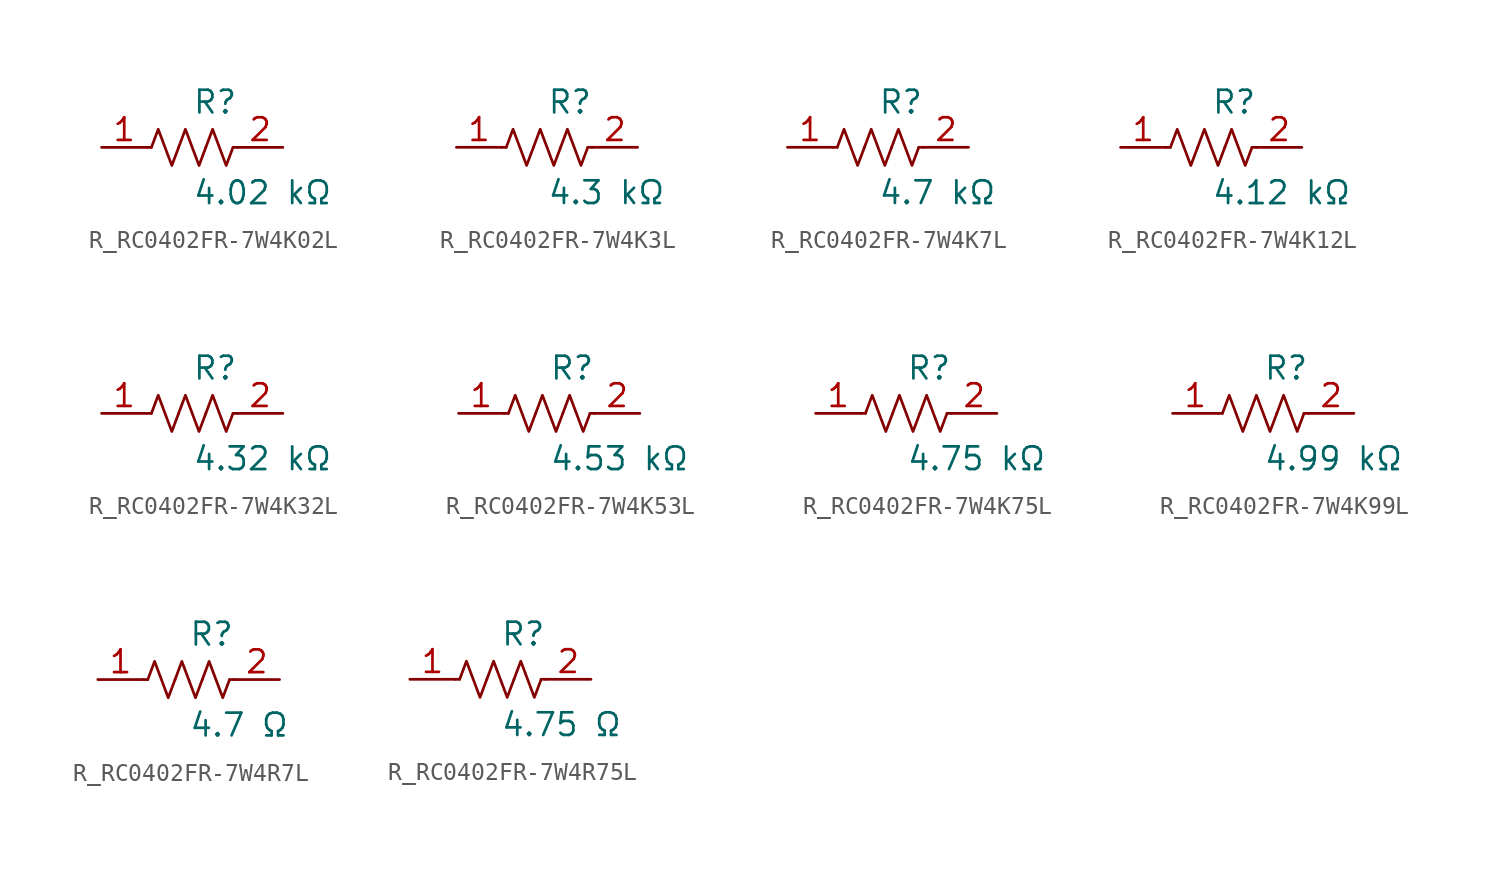
<source format=kicad_sym>
(kicad_symbol_lib
  (version 20231120)
  (generator kicad_symbol_editor)
  (generator_version 8.0)
  (symbol "R_RC0402FR-7W4K02L"
    (pin_names
      (offset 0.254))
    (property "Reference" "R"
      (at 0 2.54 0)
      (effects (font (size 1.27 1.27)) (justify left)))
    (property "Value" "4.02 kΩ"
      (at 0 -2.54 0)
      (effects (font (size 1.27 1.27)) (justify left)))
    (symbol "R_RC0402FR-7W4K02L_0_1"
      (polyline (pts (xy 2.286 0) (xy 2.54 0)) (stroke (width 0) (type default)) (fill (type none)))
      (polyline (pts (xy -2.286 0) (xy -2.54 0)) (stroke (width 0) (type default)) (fill (type none)))
      (polyline (pts (xy 0.762 0) (xy 1.143 1.016) (xy 1.524 0) (xy 1.905 -1.016) (xy 2.286 0)) (stroke (width 0) (type default)) (fill (type none)))
      (polyline (pts (xy -0.762 0) (xy -0.381 1.016) (xy 0 0) (xy 0.381 -1.016) (xy 0.762 0)) (stroke (width 0) (type default)) (fill (type none)))
      (polyline (pts (xy -2.286 0) (xy -1.905 1.016) (xy -1.524 0) (xy -1.143 -1.016) (xy -0.762 0)) (stroke (width 0) (type default)) (fill (type none))))
    (pin passive line
      (at -5.08 0 0)
      (length 2.54)
      (name "" (effects (font (size 1.27 1.27))))
      (number "1" (effects (font (size 1.27 1.27)))))
    (pin passive line
      (at 5.08 0 180)
      (length 2.54)
      (name "" (effects (font (size 1.27 1.27))))
      (number "2" (effects (font (size 1.27 1.27))))))
  (symbol "R_RC0402FR-7W4K3L"
    (pin_names
      (offset 0.254))
    (property "Reference" "R"
      (at 0 2.54 0)
      (effects (font (size 1.27 1.27)) (justify left)))
    (property "Value" "4.3 kΩ"
      (at 0 -2.54 0)
      (effects (font (size 1.27 1.27)) (justify left)))
    (symbol "R_RC0402FR-7W4K3L_0_1"
      (polyline (pts (xy 2.286 0) (xy 2.54 0)) (stroke (width 0) (type default)) (fill (type none)))
      (polyline (pts (xy -2.286 0) (xy -2.54 0)) (stroke (width 0) (type default)) (fill (type none)))
      (polyline (pts (xy 0.762 0) (xy 1.143 1.016) (xy 1.524 0) (xy 1.905 -1.016) (xy 2.286 0)) (stroke (width 0) (type default)) (fill (type none)))
      (polyline (pts (xy -0.762 0) (xy -0.381 1.016) (xy 0 0) (xy 0.381 -1.016) (xy 0.762 0)) (stroke (width 0) (type default)) (fill (type none)))
      (polyline (pts (xy -2.286 0) (xy -1.905 1.016) (xy -1.524 0) (xy -1.143 -1.016) (xy -0.762 0)) (stroke (width 0) (type default)) (fill (type none))))
    (pin passive line
      (at -5.08 0 0)
      (length 2.54)
      (name "" (effects (font (size 1.27 1.27))))
      (number "1" (effects (font (size 1.27 1.27)))))
    (pin passive line
      (at 5.08 0 180)
      (length 2.54)
      (name "" (effects (font (size 1.27 1.27))))
      (number "2" (effects (font (size 1.27 1.27))))))
  (symbol "R_RC0402FR-7W4K7L"
    (pin_names
      (offset 0.254))
    (property "Reference" "R"
      (at 0 2.54 0)
      (effects (font (size 1.27 1.27)) (justify left)))
    (property "Value" "4.7 kΩ"
      (at 0 -2.54 0)
      (effects (font (size 1.27 1.27)) (justify left)))
    (symbol "R_RC0402FR-7W4K7L_0_1"
      (polyline (pts (xy 2.286 0) (xy 2.54 0)) (stroke (width 0) (type default)) (fill (type none)))
      (polyline (pts (xy -2.286 0) (xy -2.54 0)) (stroke (width 0) (type default)) (fill (type none)))
      (polyline (pts (xy 0.762 0) (xy 1.143 1.016) (xy 1.524 0) (xy 1.905 -1.016) (xy 2.286 0)) (stroke (width 0) (type default)) (fill (type none)))
      (polyline (pts (xy -0.762 0) (xy -0.381 1.016) (xy 0 0) (xy 0.381 -1.016) (xy 0.762 0)) (stroke (width 0) (type default)) (fill (type none)))
      (polyline (pts (xy -2.286 0) (xy -1.905 1.016) (xy -1.524 0) (xy -1.143 -1.016) (xy -0.762 0)) (stroke (width 0) (type default)) (fill (type none))))
    (pin passive line
      (at -5.08 0 0)
      (length 2.54)
      (name "" (effects (font (size 1.27 1.27))))
      (number "1" (effects (font (size 1.27 1.27)))))
    (pin passive line
      (at 5.08 0 180)
      (length 2.54)
      (name "" (effects (font (size 1.27 1.27))))
      (number "2" (effects (font (size 1.27 1.27))))))
  (symbol "R_RC0402FR-7W4K12L"
    (pin_names
      (offset 0.254))
    (property "Reference" "R"
      (at 0 2.54 0)
      (effects (font (size 1.27 1.27)) (justify left)))
    (property "Value" "4.12 kΩ"
      (at 0 -2.54 0)
      (effects (font (size 1.27 1.27)) (justify left)))
    (symbol "R_RC0402FR-7W4K12L_0_1"
      (polyline (pts (xy 2.286 0) (xy 2.54 0)) (stroke (width 0) (type default)) (fill (type none)))
      (polyline (pts (xy -2.286 0) (xy -2.54 0)) (stroke (width 0) (type default)) (fill (type none)))
      (polyline (pts (xy 0.762 0) (xy 1.143 1.016) (xy 1.524 0) (xy 1.905 -1.016) (xy 2.286 0)) (stroke (width 0) (type default)) (fill (type none)))
      (polyline (pts (xy -0.762 0) (xy -0.381 1.016) (xy 0 0) (xy 0.381 -1.016) (xy 0.762 0)) (stroke (width 0) (type default)) (fill (type none)))
      (polyline (pts (xy -2.286 0) (xy -1.905 1.016) (xy -1.524 0) (xy -1.143 -1.016) (xy -0.762 0)) (stroke (width 0) (type default)) (fill (type none))))
    (pin passive line
      (at -5.08 0 0)
      (length 2.54)
      (name "" (effects (font (size 1.27 1.27))))
      (number "1" (effects (font (size 1.27 1.27)))))
    (pin passive line
      (at 5.08 0 180)
      (length 2.54)
      (name "" (effects (font (size 1.27 1.27))))
      (number "2" (effects (font (size 1.27 1.27))))))
  (symbol "R_RC0402FR-7W4K32L"
    (pin_names
      (offset 0.254))
    (property "Reference" "R"
      (at 0 2.54 0)
      (effects (font (size 1.27 1.27)) (justify left)))
    (property "Value" "4.32 kΩ"
      (at 0 -2.54 0)
      (effects (font (size 1.27 1.27)) (justify left)))
    (symbol "R_RC0402FR-7W4K32L_0_1"
      (polyline (pts (xy 2.286 0) (xy 2.54 0)) (stroke (width 0) (type default)) (fill (type none)))
      (polyline (pts (xy -2.286 0) (xy -2.54 0)) (stroke (width 0) (type default)) (fill (type none)))
      (polyline (pts (xy 0.762 0) (xy 1.143 1.016) (xy 1.524 0) (xy 1.905 -1.016) (xy 2.286 0)) (stroke (width 0) (type default)) (fill (type none)))
      (polyline (pts (xy -0.762 0) (xy -0.381 1.016) (xy 0 0) (xy 0.381 -1.016) (xy 0.762 0)) (stroke (width 0) (type default)) (fill (type none)))
      (polyline (pts (xy -2.286 0) (xy -1.905 1.016) (xy -1.524 0) (xy -1.143 -1.016) (xy -0.762 0)) (stroke (width 0) (type default)) (fill (type none))))
    (pin passive line
      (at -5.08 0 0)
      (length 2.54)
      (name "" (effects (font (size 1.27 1.27))))
      (number "1" (effects (font (size 1.27 1.27)))))
    (pin passive line
      (at 5.08 0 180)
      (length 2.54)
      (name "" (effects (font (size 1.27 1.27))))
      (number "2" (effects (font (size 1.27 1.27))))))
  (symbol "R_RC0402FR-7W4K53L"
    (pin_names
      (offset 0.254))
    (property "Reference" "R"
      (at 0 2.54 0)
      (effects (font (size 1.27 1.27)) (justify left)))
    (property "Value" "4.53 kΩ"
      (at 0 -2.54 0)
      (effects (font (size 1.27 1.27)) (justify left)))
    (symbol "R_RC0402FR-7W4K53L_0_1"
      (polyline (pts (xy 2.286 0) (xy 2.54 0)) (stroke (width 0) (type default)) (fill (type none)))
      (polyline (pts (xy -2.286 0) (xy -2.54 0)) (stroke (width 0) (type default)) (fill (type none)))
      (polyline (pts (xy 0.762 0) (xy 1.143 1.016) (xy 1.524 0) (xy 1.905 -1.016) (xy 2.286 0)) (stroke (width 0) (type default)) (fill (type none)))
      (polyline (pts (xy -0.762 0) (xy -0.381 1.016) (xy 0 0) (xy 0.381 -1.016) (xy 0.762 0)) (stroke (width 0) (type default)) (fill (type none)))
      (polyline (pts (xy -2.286 0) (xy -1.905 1.016) (xy -1.524 0) (xy -1.143 -1.016) (xy -0.762 0)) (stroke (width 0) (type default)) (fill (type none))))
    (pin passive line
      (at -5.08 0 0)
      (length 2.54)
      (name "" (effects (font (size 1.27 1.27))))
      (number "1" (effects (font (size 1.27 1.27)))))
    (pin passive line
      (at 5.08 0 180)
      (length 2.54)
      (name "" (effects (font (size 1.27 1.27))))
      (number "2" (effects (font (size 1.27 1.27))))))
  (symbol "R_RC0402FR-7W4K75L"
    (pin_names
      (offset 0.254))
    (property "Reference" "R"
      (at 0 2.54 0)
      (effects (font (size 1.27 1.27)) (justify left)))
    (property "Value" "4.75 kΩ"
      (at 0 -2.54 0)
      (effects (font (size 1.27 1.27)) (justify left)))
    (symbol "R_RC0402FR-7W4K75L_0_1"
      (polyline (pts (xy 2.286 0) (xy 2.54 0)) (stroke (width 0) (type default)) (fill (type none)))
      (polyline (pts (xy -2.286 0) (xy -2.54 0)) (stroke (width 0) (type default)) (fill (type none)))
      (polyline (pts (xy 0.762 0) (xy 1.143 1.016) (xy 1.524 0) (xy 1.905 -1.016) (xy 2.286 0)) (stroke (width 0) (type default)) (fill (type none)))
      (polyline (pts (xy -0.762 0) (xy -0.381 1.016) (xy 0 0) (xy 0.381 -1.016) (xy 0.762 0)) (stroke (width 0) (type default)) (fill (type none)))
      (polyline (pts (xy -2.286 0) (xy -1.905 1.016) (xy -1.524 0) (xy -1.143 -1.016) (xy -0.762 0)) (stroke (width 0) (type default)) (fill (type none))))
    (pin passive line
      (at -5.08 0 0)
      (length 2.54)
      (name "" (effects (font (size 1.27 1.27))))
      (number "1" (effects (font (size 1.27 1.27)))))
    (pin passive line
      (at 5.08 0 180)
      (length 2.54)
      (name "" (effects (font (size 1.27 1.27))))
      (number "2" (effects (font (size 1.27 1.27))))))
  (symbol "R_RC0402FR-7W4K99L"
    (pin_names
      (offset 0.254))
    (property "Reference" "R"
      (at 0 2.54 0)
      (effects (font (size 1.27 1.27)) (justify left)))
    (property "Value" "4.99 kΩ"
      (at 0 -2.54 0)
      (effects (font (size 1.27 1.27)) (justify left)))
    (symbol "R_RC0402FR-7W4K99L_0_1"
      (polyline (pts (xy 2.286 0) (xy 2.54 0)) (stroke (width 0) (type default)) (fill (type none)))
      (polyline (pts (xy -2.286 0) (xy -2.54 0)) (stroke (width 0) (type default)) (fill (type none)))
      (polyline (pts (xy 0.762 0) (xy 1.143 1.016) (xy 1.524 0) (xy 1.905 -1.016) (xy 2.286 0)) (stroke (width 0) (type default)) (fill (type none)))
      (polyline (pts (xy -0.762 0) (xy -0.381 1.016) (xy 0 0) (xy 0.381 -1.016) (xy 0.762 0)) (stroke (width 0) (type default)) (fill (type none)))
      (polyline (pts (xy -2.286 0) (xy -1.905 1.016) (xy -1.524 0) (xy -1.143 -1.016) (xy -0.762 0)) (stroke (width 0) (type default)) (fill (type none))))
    (pin passive line
      (at -5.08 0 0)
      (length 2.54)
      (name "" (effects (font (size 1.27 1.27))))
      (number "1" (effects (font (size 1.27 1.27)))))
    (pin passive line
      (at 5.08 0 180)
      (length 2.54)
      (name "" (effects (font (size 1.27 1.27))))
      (number "2" (effects (font (size 1.27 1.27))))))
  (symbol "R_RC0402FR-7W4R7L"
    (pin_names
      (offset 0.254))
    (property "Reference" "R"
      (at 0 2.54 0)
      (effects (font (size 1.27 1.27)) (justify left)))
    (property "Value" "4.7 Ω"
      (at 0 -2.54 0)
      (effects (font (size 1.27 1.27)) (justify left)))
    (symbol "R_RC0402FR-7W4R7L_0_1"
      (polyline (pts (xy 2.286 0) (xy 2.54 0)) (stroke (width 0) (type default)) (fill (type none)))
      (polyline (pts (xy -2.286 0) (xy -2.54 0)) (stroke (width 0) (type default)) (fill (type none)))
      (polyline (pts (xy 0.762 0) (xy 1.143 1.016) (xy 1.524 0) (xy 1.905 -1.016) (xy 2.286 0)) (stroke (width 0) (type default)) (fill (type none)))
      (polyline (pts (xy -0.762 0) (xy -0.381 1.016) (xy 0 0) (xy 0.381 -1.016) (xy 0.762 0)) (stroke (width 0) (type default)) (fill (type none)))
      (polyline (pts (xy -2.286 0) (xy -1.905 1.016) (xy -1.524 0) (xy -1.143 -1.016) (xy -0.762 0)) (stroke (width 0) (type default)) (fill (type none))))
    (pin passive line
      (at -5.08 0 0)
      (length 2.54)
      (name "" (effects (font (size 1.27 1.27))))
      (number "1" (effects (font (size 1.27 1.27)))))
    (pin passive line
      (at 5.08 0 180)
      (length 2.54)
      (name "" (effects (font (size 1.27 1.27))))
      (number "2" (effects (font (size 1.27 1.27))))))
  (symbol "R_RC0402FR-7W4R75L"
    (pin_names
      (offset 0.254))
    (property "Reference" "R"
      (at 0 2.54 0)
      (effects (font (size 1.27 1.27)) (justify left)))
    (property "Value" "4.75 Ω"
      (at 0 -2.54 0)
      (effects (font (size 1.27 1.27)) (justify left)))
    (symbol "R_RC0402FR-7W4R75L_0_1"
      (polyline (pts (xy 2.286 0) (xy 2.54 0)) (stroke (width 0) (type default)) (fill (type none)))
      (polyline (pts (xy -2.286 0) (xy -2.54 0)) (stroke (width 0) (type default)) (fill (type none)))
      (polyline (pts (xy 0.762 0) (xy 1.143 1.016) (xy 1.524 0) (xy 1.905 -1.016) (xy 2.286 0)) (stroke (width 0) (type default)) (fill (type none)))
      (polyline (pts (xy -0.762 0) (xy -0.381 1.016) (xy 0 0) (xy 0.381 -1.016) (xy 0.762 0)) (stroke (width 0) (type default)) (fill (type none)))
      (polyline (pts (xy -2.286 0) (xy -1.905 1.016) (xy -1.524 0) (xy -1.143 -1.016) (xy -0.762 0)) (stroke (width 0) (type default)) (fill (type none))))
    (pin passive line
      (at -5.08 0 0)
      (length 2.54)
      (name "" (effects (font (size 1.27 1.27))))
      (number "1" (effects (font (size 1.27 1.27)))))
    (pin passive line
      (at 5.08 0 180)
      (length 2.54)
      (name "" (effects (font (size 1.27 1.27))))
      (number "2" (effects (font (size 1.27 1.27)))))))
</source>
